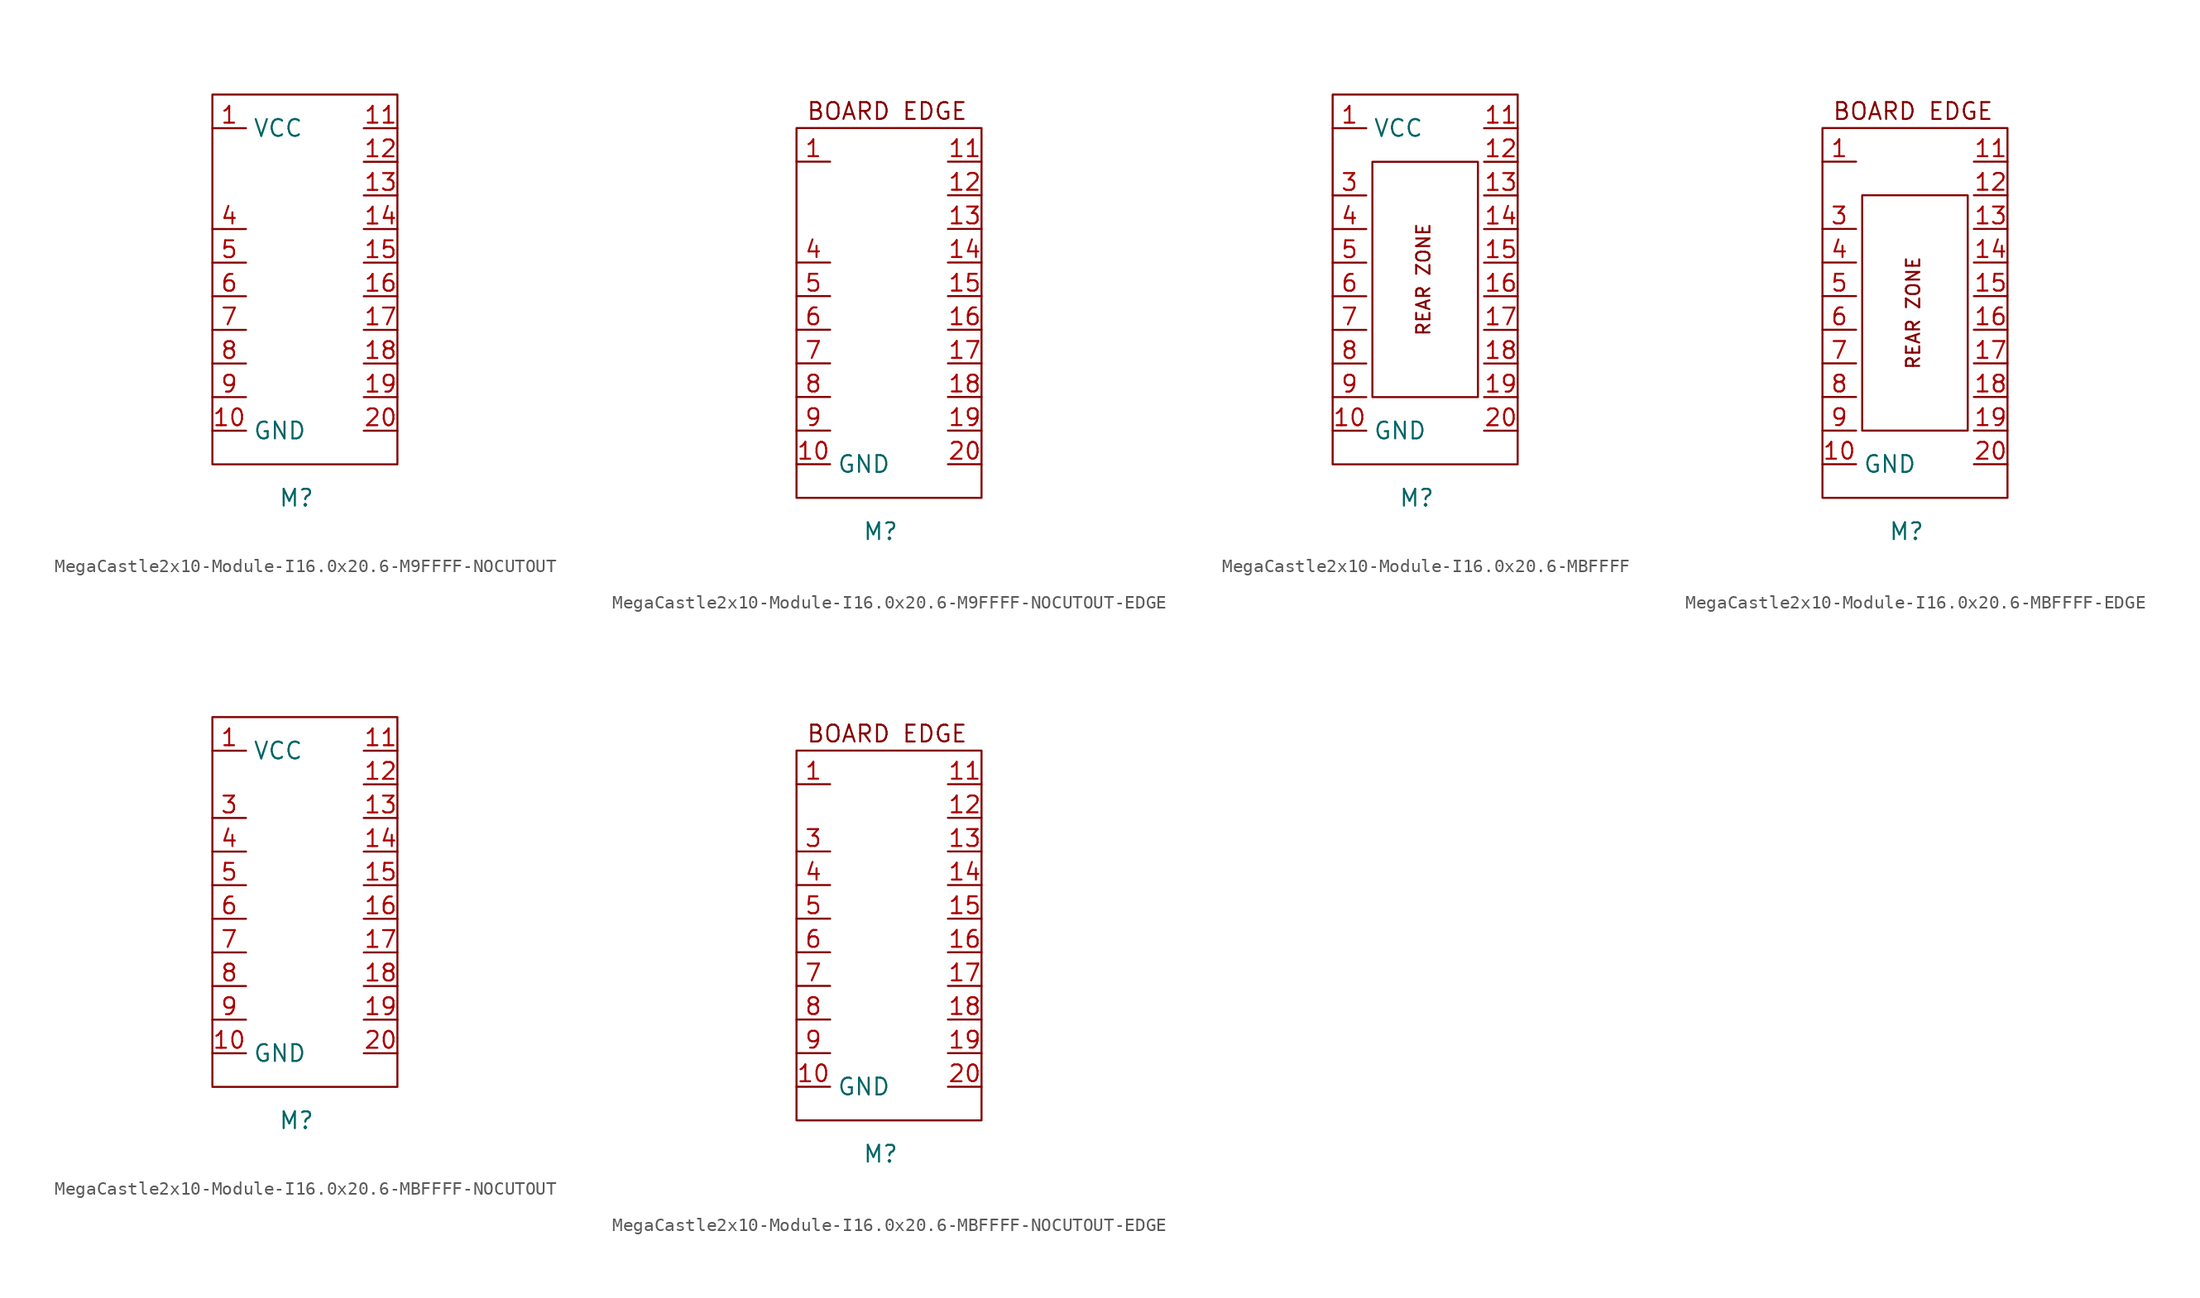
<source format=kicad_sym>
(kicad_symbol_lib
  (version 20231120)
  (generator "kicad_symbol_editor")
  (generator_version "8.0")
  (symbol "MegaCastle2x10-Module-I16.0x20.6-M9FFFF-NOCUTOUT"
    (property "Reference" "M"
      (at 0 -16.51 0)
      (effects (font (size 1.27 1.27))))
    (property "Value" ""
      (at 0 5.08 0)
      (effects (font (size 1.27 1.27))))
    (symbol "MegaCastle2x10-Module-I16.0x20.6-M9FFFF-NOCUTOUT_0_1"
      (rectangle (start -6.35 13.97) (end 7.62 -13.97) (stroke (width 0) (type default)) (fill (type none))))
    (symbol "MegaCastle2x10-Module-I16.0x20.6-M9FFFF-NOCUTOUT_1_1"
      (pin bidirectional line (at -6.35 11.43 0) (length 2.54) (name "VCC" (effects (font (size 1.27 1.27)))) (number "1" (effects (font (size 1.27 1.27)))))
      (pin bidirectional line (at -6.35 -11.43 0) (length 2.54) (name "GND" (effects (font (size 1.27 1.27)))) (number "10" (effects (font (size 1.27 1.27)))))
      (pin bidirectional line (at 7.62 11.43 180) (length 2.54) (name "" (effects (font (size 1.27 1.27)))) (number "11" (effects (font (size 1.27 1.27)))))
      (pin bidirectional line (at 7.62 8.89 180) (length 2.54) (name "" (effects (font (size 1.27 1.27)))) (number "12" (effects (font (size 1.27 1.27)))))
      (pin bidirectional line (at 7.62 6.35 180) (length 2.54) (name "" (effects (font (size 1.27 1.27)))) (number "13" (effects (font (size 1.27 1.27)))))
      (pin bidirectional line (at 7.62 3.81 180) (length 2.54) (name "" (effects (font (size 1.27 1.27)))) (number "14" (effects (font (size 1.27 1.27)))))
      (pin bidirectional line (at 7.62 1.27 180) (length 2.54) (name "" (effects (font (size 1.27 1.27)))) (number "15" (effects (font (size 1.27 1.27)))))
      (pin bidirectional line (at 7.62 -1.27 180) (length 2.54) (name "" (effects (font (size 1.27 1.27)))) (number "16" (effects (font (size 1.27 1.27)))))
      (pin bidirectional line (at 7.62 -3.81 180) (length 2.54) (name "" (effects (font (size 1.27 1.27)))) (number "17" (effects (font (size 1.27 1.27)))))
      (pin bidirectional line (at 7.62 -6.35 180) (length 2.54) (name "" (effects (font (size 1.27 1.27)))) (number "18" (effects (font (size 1.27 1.27)))))
      (pin bidirectional line (at 7.62 -8.89 180) (length 2.54) (name "" (effects (font (size 1.27 1.27)))) (number "19" (effects (font (size 1.27 1.27)))))
      (pin bidirectional line (at 7.62 -11.43 180) (length 2.54) (name "" (effects (font (size 1.27 1.27)))) (number "20" (effects (font (size 1.27 1.27)))))
      (pin bidirectional line (at -6.35 3.81 0) (length 2.54) (name "" (effects (font (size 1.27 1.27)))) (number "4" (effects (font (size 1.27 1.27)))))
      (pin bidirectional line (at -6.35 1.27 0) (length 2.54) (name "" (effects (font (size 1.27 1.27)))) (number "5" (effects (font (size 1.27 1.27)))))
      (pin bidirectional line (at -6.35 -1.27 0) (length 2.54) (name "" (effects (font (size 1.27 1.27)))) (number "6" (effects (font (size 1.27 1.27)))))
      (pin bidirectional line (at -6.35 -3.81 0) (length 2.54) (name "" (effects (font (size 1.27 1.27)))) (number "7" (effects (font (size 1.27 1.27)))))
      (pin bidirectional line (at -6.35 -6.35 0) (length 2.54) (name "" (effects (font (size 1.27 1.27)))) (number "8" (effects (font (size 1.27 1.27)))))
      (pin bidirectional line (at -6.35 -8.89 0) (length 2.54) (name "" (effects (font (size 1.27 1.27)))) (number "9" (effects (font (size 1.27 1.27)))))))
  (symbol "MegaCastle2x10-Module-I16.0x20.6-M9FFFF-NOCUTOUT-EDGE"
    (property "Reference" "M"
      (at 0 -16.51 0)
      (effects (font (size 1.27 1.27))))
    (property "Value" ""
      (at 0 5.08 0)
      (effects (font (size 1.27 1.27))))
    (symbol "MegaCastle2x10-Module-I16.0x20.6-M9FFFF-NOCUTOUT-EDGE_0_1"
      (rectangle (start -6.35 13.97) (end 7.62 -13.97) (stroke (width 0) (type default)) (fill (type none))))
    (symbol "MegaCastle2x10-Module-I16.0x20.6-M9FFFF-NOCUTOUT-EDGE_1_1"
      (text " BOARD EDGE" (at 0 15.24 0) (effects (font (size 1.27 1.27))))
      (pin bidirectional line (at -6.35 11.43 0) (length 2.54) (name "" (effects (font (size 1.27 1.27)))) (number "1" (effects (font (size 1.27 1.27)))))
      (pin bidirectional line (at -6.35 -11.43 0) (length 2.54) (name "GND" (effects (font (size 1.27 1.27)))) (number "10" (effects (font (size 1.27 1.27)))))
      (pin bidirectional line (at 7.62 11.43 180) (length 2.54) (name "" (effects (font (size 1.27 1.27)))) (number "11" (effects (font (size 1.27 1.27)))))
      (pin bidirectional line (at 7.62 8.89 180) (length 2.54) (name "" (effects (font (size 1.27 1.27)))) (number "12" (effects (font (size 1.27 1.27)))))
      (pin bidirectional line (at 7.62 6.35 180) (length 2.54) (name "" (effects (font (size 1.27 1.27)))) (number "13" (effects (font (size 1.27 1.27)))))
      (pin bidirectional line (at 7.62 3.81 180) (length 2.54) (name "" (effects (font (size 1.27 1.27)))) (number "14" (effects (font (size 1.27 1.27)))))
      (pin bidirectional line (at 7.62 1.27 180) (length 2.54) (name "" (effects (font (size 1.27 1.27)))) (number "15" (effects (font (size 1.27 1.27)))))
      (pin bidirectional line (at 7.62 -1.27 180) (length 2.54) (name "" (effects (font (size 1.27 1.27)))) (number "16" (effects (font (size 1.27 1.27)))))
      (pin bidirectional line (at 7.62 -3.81 180) (length 2.54) (name "" (effects (font (size 1.27 1.27)))) (number "17" (effects (font (size 1.27 1.27)))))
      (pin bidirectional line (at 7.62 -6.35 180) (length 2.54) (name "" (effects (font (size 1.27 1.27)))) (number "18" (effects (font (size 1.27 1.27)))))
      (pin bidirectional line (at 7.62 -8.89 180) (length 2.54) (name "" (effects (font (size 1.27 1.27)))) (number "19" (effects (font (size 1.27 1.27)))))
      (pin bidirectional line (at 7.62 -11.43 180) (length 2.54) (name "" (effects (font (size 1.27 1.27)))) (number "20" (effects (font (size 1.27 1.27)))))
      (pin bidirectional line (at -6.35 3.81 0) (length 2.54) (name "" (effects (font (size 1.27 1.27)))) (number "4" (effects (font (size 1.27 1.27)))))
      (pin bidirectional line (at -6.35 1.27 0) (length 2.54) (name "" (effects (font (size 1.27 1.27)))) (number "5" (effects (font (size 1.27 1.27)))))
      (pin bidirectional line (at -6.35 -1.27 0) (length 2.54) (name "" (effects (font (size 1.27 1.27)))) (number "6" (effects (font (size 1.27 1.27)))))
      (pin bidirectional line (at -6.35 -3.81 0) (length 2.54) (name "" (effects (font (size 1.27 1.27)))) (number "7" (effects (font (size 1.27 1.27)))))
      (pin bidirectional line (at -6.35 -6.35 0) (length 2.54) (name "" (effects (font (size 1.27 1.27)))) (number "8" (effects (font (size 1.27 1.27)))))
      (pin bidirectional line (at -6.35 -8.89 0) (length 2.54) (name "" (effects (font (size 1.27 1.27)))) (number "9" (effects (font (size 1.27 1.27)))))))
  (symbol "MegaCastle2x10-Module-I16.0x20.6-MBFFFF"
    (property "Reference" "M"
      (at 0 -16.51 0)
      (effects (font (size 1.27 1.27))))
    (property "Value" ""
      (at 0 5.08 0)
      (effects (font (size 1.27 1.27))))
    (symbol "MegaCastle2x10-Module-I16.0x20.6-MBFFFF_0_1"
      (rectangle (start -6.35 13.97) (end 7.62 -13.97) (stroke (width 0) (type default)) (fill (type none)))
      (rectangle (start -3.35 8.89) (end 4.62 -8.89) (stroke (width 0) (type default)) (fill (type none))))
    (symbol "MegaCastle2x10-Module-I16.0x20.6-MBFFFF_1_1"
      (text "REAR ZONE" (at 0.5 0 900) (effects (font (size 1 1))))
      (pin bidirectional line (at -6.35 11.43 0) (length 2.54) (name "VCC" (effects (font (size 1.27 1.27)))) (number "1" (effects (font (size 1.27 1.27)))))
      (pin bidirectional line (at -6.35 -11.43 0) (length 2.54) (name "GND" (effects (font (size 1.27 1.27)))) (number "10" (effects (font (size 1.27 1.27)))))
      (pin bidirectional line (at 7.62 11.43 180) (length 2.54) (name "" (effects (font (size 1.27 1.27)))) (number "11" (effects (font (size 1.27 1.27)))))
      (pin bidirectional line (at 7.62 8.89 180) (length 2.54) (name "" (effects (font (size 1.27 1.27)))) (number "12" (effects (font (size 1.27 1.27)))))
      (pin bidirectional line (at 7.62 6.35 180) (length 2.54) (name "" (effects (font (size 1.27 1.27)))) (number "13" (effects (font (size 1.27 1.27)))))
      (pin bidirectional line (at 7.62 3.81 180) (length 2.54) (name "" (effects (font (size 1.27 1.27)))) (number "14" (effects (font (size 1.27 1.27)))))
      (pin bidirectional line (at 7.62 1.27 180) (length 2.54) (name "" (effects (font (size 1.27 1.27)))) (number "15" (effects (font (size 1.27 1.27)))))
      (pin bidirectional line (at 7.62 -1.27 180) (length 2.54) (name "" (effects (font (size 1.27 1.27)))) (number "16" (effects (font (size 1.27 1.27)))))
      (pin bidirectional line (at 7.62 -3.81 180) (length 2.54) (name "" (effects (font (size 1.27 1.27)))) (number "17" (effects (font (size 1.27 1.27)))))
      (pin bidirectional line (at 7.62 -6.35 180) (length 2.54) (name "" (effects (font (size 1.27 1.27)))) (number "18" (effects (font (size 1.27 1.27)))))
      (pin bidirectional line (at 7.62 -8.89 180) (length 2.54) (name "" (effects (font (size 1.27 1.27)))) (number "19" (effects (font (size 1.27 1.27)))))
      (pin bidirectional line (at 7.62 -11.43 180) (length 2.54) (name "" (effects (font (size 1.27 1.27)))) (number "20" (effects (font (size 1.27 1.27)))))
      (pin bidirectional line (at -6.35 6.35 0) (length 2.54) (name "" (effects (font (size 1.27 1.27)))) (number "3" (effects (font (size 1.27 1.27)))))
      (pin bidirectional line (at -6.35 3.81 0) (length 2.54) (name "" (effects (font (size 1.27 1.27)))) (number "4" (effects (font (size 1.27 1.27)))))
      (pin bidirectional line (at -6.35 1.27 0) (length 2.54) (name "" (effects (font (size 1.27 1.27)))) (number "5" (effects (font (size 1.27 1.27)))))
      (pin bidirectional line (at -6.35 -1.27 0) (length 2.54) (name "" (effects (font (size 1.27 1.27)))) (number "6" (effects (font (size 1.27 1.27)))))
      (pin bidirectional line (at -6.35 -3.81 0) (length 2.54) (name "" (effects (font (size 1.27 1.27)))) (number "7" (effects (font (size 1.27 1.27)))))
      (pin bidirectional line (at -6.35 -6.35 0) (length 2.54) (name "" (effects (font (size 1.27 1.27)))) (number "8" (effects (font (size 1.27 1.27)))))
      (pin bidirectional line (at -6.35 -8.89 0) (length 2.54) (name "" (effects (font (size 1.27 1.27)))) (number "9" (effects (font (size 1.27 1.27)))))))
  (symbol "MegaCastle2x10-Module-I16.0x20.6-MBFFFF-EDGE"
    (property "Reference" "M"
      (at 0 -16.51 0)
      (effects (font (size 1.27 1.27))))
    (property "Value" ""
      (at 0 5.08 0)
      (effects (font (size 1.27 1.27))))
    (symbol "MegaCastle2x10-Module-I16.0x20.6-MBFFFF-EDGE_0_1"
      (rectangle (start -6.35 13.97) (end 7.62 -13.97) (stroke (width 0) (type default)) (fill (type none)))
      (rectangle (start -3.35 8.89) (end 4.62 -8.89) (stroke (width 0) (type default)) (fill (type none))))
    (symbol "MegaCastle2x10-Module-I16.0x20.6-MBFFFF-EDGE_1_1"
      (text " BOARD EDGE" (at 0 15.24 0) (effects (font (size 1.27 1.27))))
      (text "REAR ZONE" (at 0.5 0 900) (effects (font (size 1 1))))
      (pin bidirectional line (at -6.35 11.43 0) (length 2.54) (name "" (effects (font (size 1.27 1.27)))) (number "1" (effects (font (size 1.27 1.27)))))
      (pin bidirectional line (at -6.35 -11.43 0) (length 2.54) (name "GND" (effects (font (size 1.27 1.27)))) (number "10" (effects (font (size 1.27 1.27)))))
      (pin bidirectional line (at 7.62 11.43 180) (length 2.54) (name "" (effects (font (size 1.27 1.27)))) (number "11" (effects (font (size 1.27 1.27)))))
      (pin bidirectional line (at 7.62 8.89 180) (length 2.54) (name "" (effects (font (size 1.27 1.27)))) (number "12" (effects (font (size 1.27 1.27)))))
      (pin bidirectional line (at 7.62 6.35 180) (length 2.54) (name "" (effects (font (size 1.27 1.27)))) (number "13" (effects (font (size 1.27 1.27)))))
      (pin bidirectional line (at 7.62 3.81 180) (length 2.54) (name "" (effects (font (size 1.27 1.27)))) (number "14" (effects (font (size 1.27 1.27)))))
      (pin bidirectional line (at 7.62 1.27 180) (length 2.54) (name "" (effects (font (size 1.27 1.27)))) (number "15" (effects (font (size 1.27 1.27)))))
      (pin bidirectional line (at 7.62 -1.27 180) (length 2.54) (name "" (effects (font (size 1.27 1.27)))) (number "16" (effects (font (size 1.27 1.27)))))
      (pin bidirectional line (at 7.62 -3.81 180) (length 2.54) (name "" (effects (font (size 1.27 1.27)))) (number "17" (effects (font (size 1.27 1.27)))))
      (pin bidirectional line (at 7.62 -6.35 180) (length 2.54) (name "" (effects (font (size 1.27 1.27)))) (number "18" (effects (font (size 1.27 1.27)))))
      (pin bidirectional line (at 7.62 -8.89 180) (length 2.54) (name "" (effects (font (size 1.27 1.27)))) (number "19" (effects (font (size 1.27 1.27)))))
      (pin bidirectional line (at 7.62 -11.43 180) (length 2.54) (name "" (effects (font (size 1.27 1.27)))) (number "20" (effects (font (size 1.27 1.27)))))
      (pin bidirectional line (at -6.35 6.35 0) (length 2.54) (name "" (effects (font (size 1.27 1.27)))) (number "3" (effects (font (size 1.27 1.27)))))
      (pin bidirectional line (at -6.35 3.81 0) (length 2.54) (name "" (effects (font (size 1.27 1.27)))) (number "4" (effects (font (size 1.27 1.27)))))
      (pin bidirectional line (at -6.35 1.27 0) (length 2.54) (name "" (effects (font (size 1.27 1.27)))) (number "5" (effects (font (size 1.27 1.27)))))
      (pin bidirectional line (at -6.35 -1.27 0) (length 2.54) (name "" (effects (font (size 1.27 1.27)))) (number "6" (effects (font (size 1.27 1.27)))))
      (pin bidirectional line (at -6.35 -3.81 0) (length 2.54) (name "" (effects (font (size 1.27 1.27)))) (number "7" (effects (font (size 1.27 1.27)))))
      (pin bidirectional line (at -6.35 -6.35 0) (length 2.54) (name "" (effects (font (size 1.27 1.27)))) (number "8" (effects (font (size 1.27 1.27)))))
      (pin bidirectional line (at -6.35 -8.89 0) (length 2.54) (name "" (effects (font (size 1.27 1.27)))) (number "9" (effects (font (size 1.27 1.27)))))))
  (symbol "MegaCastle2x10-Module-I16.0x20.6-MBFFFF-NOCUTOUT"
    (property "Reference" "M"
      (at 0 -16.51 0)
      (effects (font (size 1.27 1.27))))
    (property "Value" ""
      (at 0 5.08 0)
      (effects (font (size 1.27 1.27))))
    (symbol "MegaCastle2x10-Module-I16.0x20.6-MBFFFF-NOCUTOUT_0_1"
      (rectangle (start -6.35 13.97) (end 7.62 -13.97) (stroke (width 0) (type default)) (fill (type none))))
    (symbol "MegaCastle2x10-Module-I16.0x20.6-MBFFFF-NOCUTOUT_1_1"
      (pin bidirectional line (at -6.35 11.43 0) (length 2.54) (name "VCC" (effects (font (size 1.27 1.27)))) (number "1" (effects (font (size 1.27 1.27)))))
      (pin bidirectional line (at -6.35 -11.43 0) (length 2.54) (name "GND" (effects (font (size 1.27 1.27)))) (number "10" (effects (font (size 1.27 1.27)))))
      (pin bidirectional line (at 7.62 11.43 180) (length 2.54) (name "" (effects (font (size 1.27 1.27)))) (number "11" (effects (font (size 1.27 1.27)))))
      (pin bidirectional line (at 7.62 8.89 180) (length 2.54) (name "" (effects (font (size 1.27 1.27)))) (number "12" (effects (font (size 1.27 1.27)))))
      (pin bidirectional line (at 7.62 6.35 180) (length 2.54) (name "" (effects (font (size 1.27 1.27)))) (number "13" (effects (font (size 1.27 1.27)))))
      (pin bidirectional line (at 7.62 3.81 180) (length 2.54) (name "" (effects (font (size 1.27 1.27)))) (number "14" (effects (font (size 1.27 1.27)))))
      (pin bidirectional line (at 7.62 1.27 180) (length 2.54) (name "" (effects (font (size 1.27 1.27)))) (number "15" (effects (font (size 1.27 1.27)))))
      (pin bidirectional line (at 7.62 -1.27 180) (length 2.54) (name "" (effects (font (size 1.27 1.27)))) (number "16" (effects (font (size 1.27 1.27)))))
      (pin bidirectional line (at 7.62 -3.81 180) (length 2.54) (name "" (effects (font (size 1.27 1.27)))) (number "17" (effects (font (size 1.27 1.27)))))
      (pin bidirectional line (at 7.62 -6.35 180) (length 2.54) (name "" (effects (font (size 1.27 1.27)))) (number "18" (effects (font (size 1.27 1.27)))))
      (pin bidirectional line (at 7.62 -8.89 180) (length 2.54) (name "" (effects (font (size 1.27 1.27)))) (number "19" (effects (font (size 1.27 1.27)))))
      (pin bidirectional line (at 7.62 -11.43 180) (length 2.54) (name "" (effects (font (size 1.27 1.27)))) (number "20" (effects (font (size 1.27 1.27)))))
      (pin bidirectional line (at -6.35 6.35 0) (length 2.54) (name "" (effects (font (size 1.27 1.27)))) (number "3" (effects (font (size 1.27 1.27)))))
      (pin bidirectional line (at -6.35 3.81 0) (length 2.54) (name "" (effects (font (size 1.27 1.27)))) (number "4" (effects (font (size 1.27 1.27)))))
      (pin bidirectional line (at -6.35 1.27 0) (length 2.54) (name "" (effects (font (size 1.27 1.27)))) (number "5" (effects (font (size 1.27 1.27)))))
      (pin bidirectional line (at -6.35 -1.27 0) (length 2.54) (name "" (effects (font (size 1.27 1.27)))) (number "6" (effects (font (size 1.27 1.27)))))
      (pin bidirectional line (at -6.35 -3.81 0) (length 2.54) (name "" (effects (font (size 1.27 1.27)))) (number "7" (effects (font (size 1.27 1.27)))))
      (pin bidirectional line (at -6.35 -6.35 0) (length 2.54) (name "" (effects (font (size 1.27 1.27)))) (number "8" (effects (font (size 1.27 1.27)))))
      (pin bidirectional line (at -6.35 -8.89 0) (length 2.54) (name "" (effects (font (size 1.27 1.27)))) (number "9" (effects (font (size 1.27 1.27)))))))
  (symbol "MegaCastle2x10-Module-I16.0x20.6-MBFFFF-NOCUTOUT-EDGE"
    (property "Reference" "M"
      (at 0 -16.51 0)
      (effects (font (size 1.27 1.27))))
    (property "Value" ""
      (at 0 5.08 0)
      (effects (font (size 1.27 1.27))))
    (symbol "MegaCastle2x10-Module-I16.0x20.6-MBFFFF-NOCUTOUT-EDGE_0_1"
      (rectangle (start -6.35 13.97) (end 7.62 -13.97) (stroke (width 0) (type default)) (fill (type none))))
    (symbol "MegaCastle2x10-Module-I16.0x20.6-MBFFFF-NOCUTOUT-EDGE_1_1"
      (text " BOARD EDGE" (at 0 15.24 0) (effects (font (size 1.27 1.27))))
      (pin bidirectional line (at -6.35 11.43 0) (length 2.54) (name "" (effects (font (size 1.27 1.27)))) (number "1" (effects (font (size 1.27 1.27)))))
      (pin bidirectional line (at -6.35 -11.43 0) (length 2.54) (name "GND" (effects (font (size 1.27 1.27)))) (number "10" (effects (font (size 1.27 1.27)))))
      (pin bidirectional line (at 7.62 11.43 180) (length 2.54) (name "" (effects (font (size 1.27 1.27)))) (number "11" (effects (font (size 1.27 1.27)))))
      (pin bidirectional line (at 7.62 8.89 180) (length 2.54) (name "" (effects (font (size 1.27 1.27)))) (number "12" (effects (font (size 1.27 1.27)))))
      (pin bidirectional line (at 7.62 6.35 180) (length 2.54) (name "" (effects (font (size 1.27 1.27)))) (number "13" (effects (font (size 1.27 1.27)))))
      (pin bidirectional line (at 7.62 3.81 180) (length 2.54) (name "" (effects (font (size 1.27 1.27)))) (number "14" (effects (font (size 1.27 1.27)))))
      (pin bidirectional line (at 7.62 1.27 180) (length 2.54) (name "" (effects (font (size 1.27 1.27)))) (number "15" (effects (font (size 1.27 1.27)))))
      (pin bidirectional line (at 7.62 -1.27 180) (length 2.54) (name "" (effects (font (size 1.27 1.27)))) (number "16" (effects (font (size 1.27 1.27)))))
      (pin bidirectional line (at 7.62 -3.81 180) (length 2.54) (name "" (effects (font (size 1.27 1.27)))) (number "17" (effects (font (size 1.27 1.27)))))
      (pin bidirectional line (at 7.62 -6.35 180) (length 2.54) (name "" (effects (font (size 1.27 1.27)))) (number "18" (effects (font (size 1.27 1.27)))))
      (pin bidirectional line (at 7.62 -8.89 180) (length 2.54) (name "" (effects (font (size 1.27 1.27)))) (number "19" (effects (font (size 1.27 1.27)))))
      (pin bidirectional line (at 7.62 -11.43 180) (length 2.54) (name "" (effects (font (size 1.27 1.27)))) (number "20" (effects (font (size 1.27 1.27)))))
      (pin bidirectional line (at -6.35 6.35 0) (length 2.54) (name "" (effects (font (size 1.27 1.27)))) (number "3" (effects (font (size 1.27 1.27)))))
      (pin bidirectional line (at -6.35 3.81 0) (length 2.54) (name "" (effects (font (size 1.27 1.27)))) (number "4" (effects (font (size 1.27 1.27)))))
      (pin bidirectional line (at -6.35 1.27 0) (length 2.54) (name "" (effects (font (size 1.27 1.27)))) (number "5" (effects (font (size 1.27 1.27)))))
      (pin bidirectional line (at -6.35 -1.27 0) (length 2.54) (name "" (effects (font (size 1.27 1.27)))) (number "6" (effects (font (size 1.27 1.27)))))
      (pin bidirectional line (at -6.35 -3.81 0) (length 2.54) (name "" (effects (font (size 1.27 1.27)))) (number "7" (effects (font (size 1.27 1.27)))))
      (pin bidirectional line (at -6.35 -6.35 0) (length 2.54) (name "" (effects (font (size 1.27 1.27)))) (number "8" (effects (font (size 1.27 1.27)))))
      (pin bidirectional line (at -6.35 -8.89 0) (length 2.54) (name "" (effects (font (size 1.27 1.27)))) (number "9" (effects (font (size 1.27 1.27))))))))
</source>
